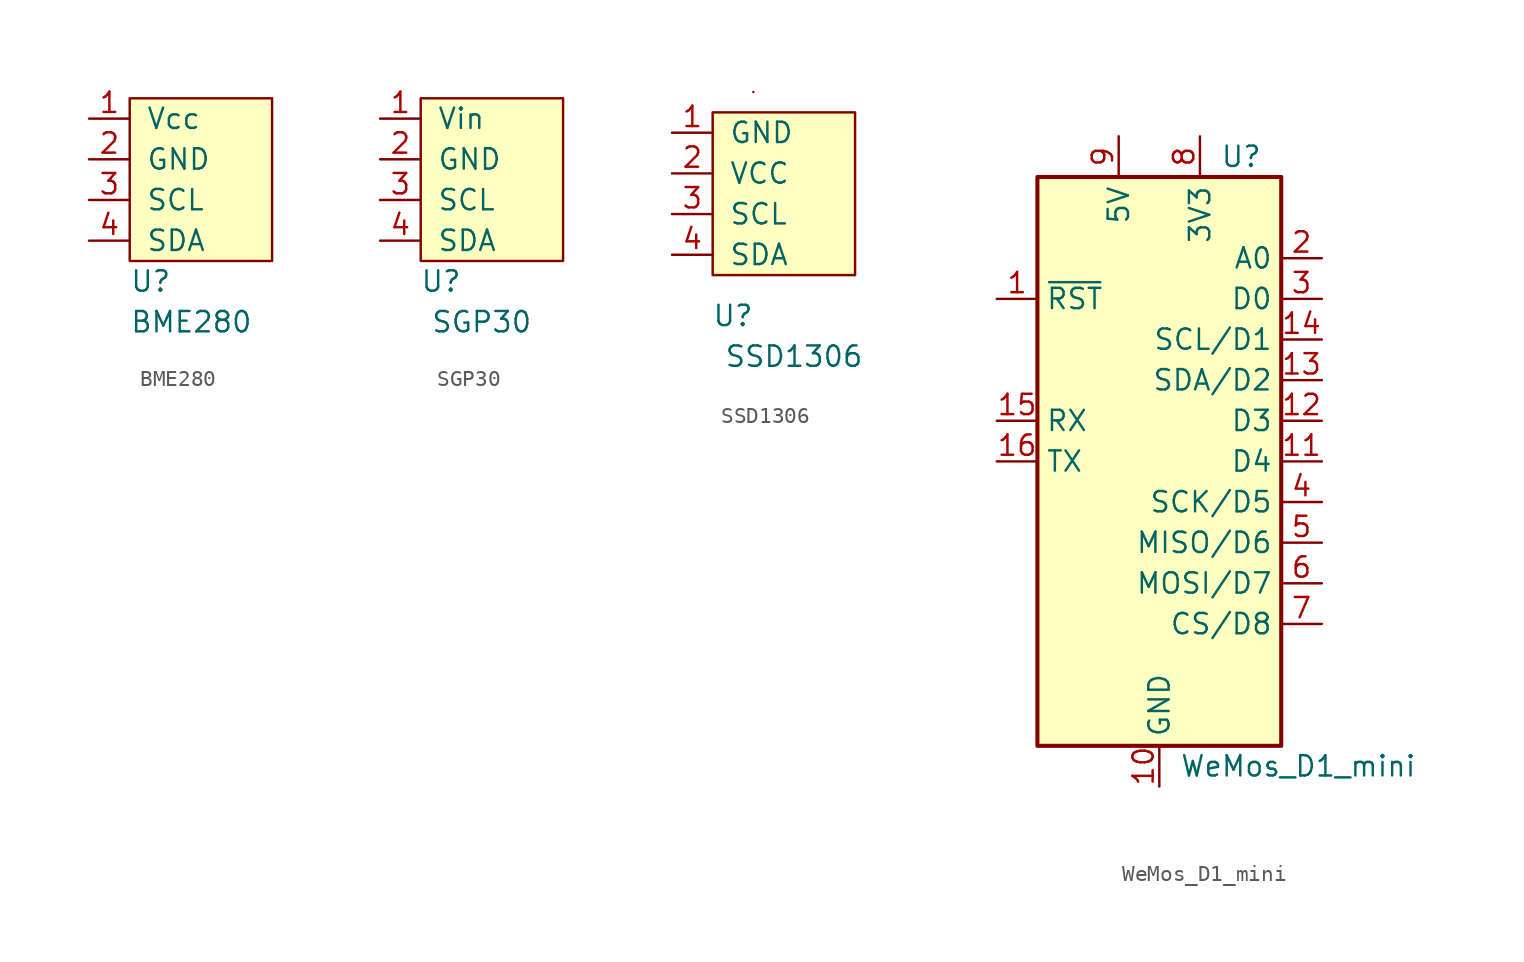
<source format=kicad_sym>
(kicad_symbol_lib
  (version 20220914)
  (generator kicad_symbol_editor)
  (symbol "BME280"
    (pin_names
      (offset 1.016))
    (property "Reference" "U"
      (at -8.89 15.24 0)
      (effects (font (size 1.27 1.27)) (justify left)))
    (property "Value" "BME280"
      (at -8.89 12.7 0)
      (effects (font (size 1.27 1.27)) (justify left)))
    (symbol "BME280_0_1"
      (rectangle (start -8.89 26.67) (end 0 16.51) (stroke (width 0) (type solid)) (fill (type background))))
    (symbol "BME280_1_1"
      (pin input line (at -11.43 25.4 0) (length 2.54) (name "Vcc" (effects (font (size 1.27 1.27)))) (number "1" (effects (font (size 1.27 1.27)))))
      (pin input line (at -11.43 22.86 0) (length 2.54) (name "GND" (effects (font (size 1.27 1.27)))) (number "2" (effects (font (size 1.27 1.27)))))
      (pin bidirectional line (at -11.43 20.32 0) (length 2.54) (name "SCL" (effects (font (size 1.27 1.27)))) (number "3" (effects (font (size 1.27 1.27)))))
      (pin bidirectional line (at -11.43 17.78 0) (length 2.54) (name "SDA" (effects (font (size 1.27 1.27)))) (number "4" (effects (font (size 1.27 1.27)))))))
  (symbol "SGP30"
    (pin_names
      (offset 1.016))
    (property "Reference" "U"
      (at -2.54 -6.35 0)
      (effects (font (size 1.27 1.27))))
    (property "Value" "SGP30"
      (at 0 -8.89 0)
      (effects (font (size 1.27 1.27))))
    (symbol "SGP30_0_1"
      (rectangle (start -3.81 5.08) (end 5.08 -5.08) (stroke (width 0) (type solid)) (fill (type background))))
    (symbol "SGP30_1_1"
      (pin input line (at -6.35 3.81 0) (length 2.54) (name "Vin" (effects (font (size 1.27 1.27)))) (number "1" (effects (font (size 1.27 1.27)))))
      (pin input line (at -6.35 1.27 0) (length 2.54) (name "GND" (effects (font (size 1.27 1.27)))) (number "2" (effects (font (size 1.27 1.27)))))
      (pin bidirectional line (at -6.35 -1.27 0) (length 2.54) (name "SCL" (effects (font (size 1.27 1.27)))) (number "3" (effects (font (size 1.27 1.27)))))
      (pin bidirectional line (at -6.35 -3.81 0) (length 2.54) (name "SDA" (effects (font (size 1.27 1.27)))) (number "4" (effects (font (size 1.27 1.27)))))))
  (symbol "SSD1306"
    (pin_names
      (offset 1.016))
    (property "Reference" "U"
      (at -2.54 -2.54 0)
      (effects (font (size 1.27 1.27))))
    (property "Value" "SSD1306"
      (at 1.27 -5.08 0)
      (effects (font (size 1.27 1.27))))
    (symbol "SSD1306_0_1"
      (rectangle (start -3.81 10.16) (end 5.08 0) (stroke (width 0) (type solid)) (fill (type background)))
      (rectangle (start -1.27 11.43) (end -1.27 11.43) (stroke (width 0) (type solid)) (fill (type none))))
    (symbol "SSD1306_1_1"
      (pin input line (at -6.35 8.89 0) (length 2.54) (name "GND" (effects (font (size 1.27 1.27)))) (number "1" (effects (font (size 1.27 1.27)))))
      (pin input line (at -6.35 6.35 0) (length 2.54) (name "VCC" (effects (font (size 1.27 1.27)))) (number "2" (effects (font (size 1.27 1.27)))))
      (pin bidirectional line (at -6.35 3.81 0) (length 2.54) (name "SCL" (effects (font (size 1.27 1.27)))) (number "3" (effects (font (size 1.27 1.27)))))
      (pin bidirectional line (at -6.35 1.27 0) (length 2.54) (name "SDA" (effects (font (size 1.27 1.27)))) (number "4" (effects (font (size 1.27 1.27)))))))
  (symbol "WeMos_D1_mini"
    (property "Reference" "U"
      (at 3.81 19.05 0)
      (effects (font (size 1.27 1.27)) (justify left)))
    (property "Value" "WeMos_D1_mini"
      (at 1.27 -19.05 0)
      (effects (font (size 1.27 1.27)) (justify left)))
    (symbol "WeMos_D1_mini_1_1"
      (rectangle (start -7.62 17.78) (end 7.62 -17.78) (stroke (width 0.254) (type solid)) (fill (type background)))
      (pin input line (at -10.16 10.16 0) (length 2.54) (name "~{RST}" (effects (font (size 1.27 1.27)))) (number "1" (effects (font (size 1.27 1.27)))))
      (pin power_in line (at 0 -20.32 90) (length 2.54) (name "GND" (effects (font (size 1.27 1.27)))) (number "10" (effects (font (size 1.27 1.27)))))
      (pin bidirectional line (at 10.16 0 180) (length 2.54) (name "D4" (effects (font (size 1.27 1.27)))) (number "11" (effects (font (size 1.27 1.27)))))
      (pin bidirectional line (at 10.16 2.54 180) (length 2.54) (name "D3" (effects (font (size 1.27 1.27)))) (number "12" (effects (font (size 1.27 1.27)))))
      (pin bidirectional line (at 10.16 5.08 180) (length 2.54) (name "SDA/D2" (effects (font (size 1.27 1.27)))) (number "13" (effects (font (size 1.27 1.27)))))
      (pin bidirectional line (at 10.16 7.62 180) (length 2.54) (name "SCL/D1" (effects (font (size 1.27 1.27)))) (number "14" (effects (font (size 1.27 1.27)))))
      (pin input line (at -10.16 2.54 0) (length 2.54) (name "RX" (effects (font (size 1.27 1.27)))) (number "15" (effects (font (size 1.27 1.27)))))
      (pin output line (at -10.16 0 0) (length 2.54) (name "TX" (effects (font (size 1.27 1.27)))) (number "16" (effects (font (size 1.27 1.27)))))
      (pin input line (at 10.16 12.7 180) (length 2.54) (name "A0" (effects (font (size 1.27 1.27)))) (number "2" (effects (font (size 1.27 1.27)))))
      (pin bidirectional line (at 10.16 10.16 180) (length 2.54) (name "D0" (effects (font (size 1.27 1.27)))) (number "3" (effects (font (size 1.27 1.27)))))
      (pin bidirectional line (at 10.16 -2.54 180) (length 2.54) (name "SCK/D5" (effects (font (size 1.27 1.27)))) (number "4" (effects (font (size 1.27 1.27)))))
      (pin bidirectional line (at 10.16 -5.08 180) (length 2.54) (name "MISO/D6" (effects (font (size 1.27 1.27)))) (number "5" (effects (font (size 1.27 1.27)))))
      (pin bidirectional line (at 10.16 -7.62 180) (length 2.54) (name "MOSI/D7" (effects (font (size 1.27 1.27)))) (number "6" (effects (font (size 1.27 1.27)))))
      (pin bidirectional line (at 10.16 -10.16 180) (length 2.54) (name "CS/D8" (effects (font (size 1.27 1.27)))) (number "7" (effects (font (size 1.27 1.27)))))
      (pin power_out line (at 2.54 20.32 270) (length 2.54) (name "3V3" (effects (font (size 1.27 1.27)))) (number "8" (effects (font (size 1.27 1.27)))))
      (pin bidirectional line (at -2.54 20.32 270) (length 2.54) (name "5V" (effects (font (size 1.27 1.27)))) (number "9" (effects (font (size 1.27 1.27))))))))
</source>
